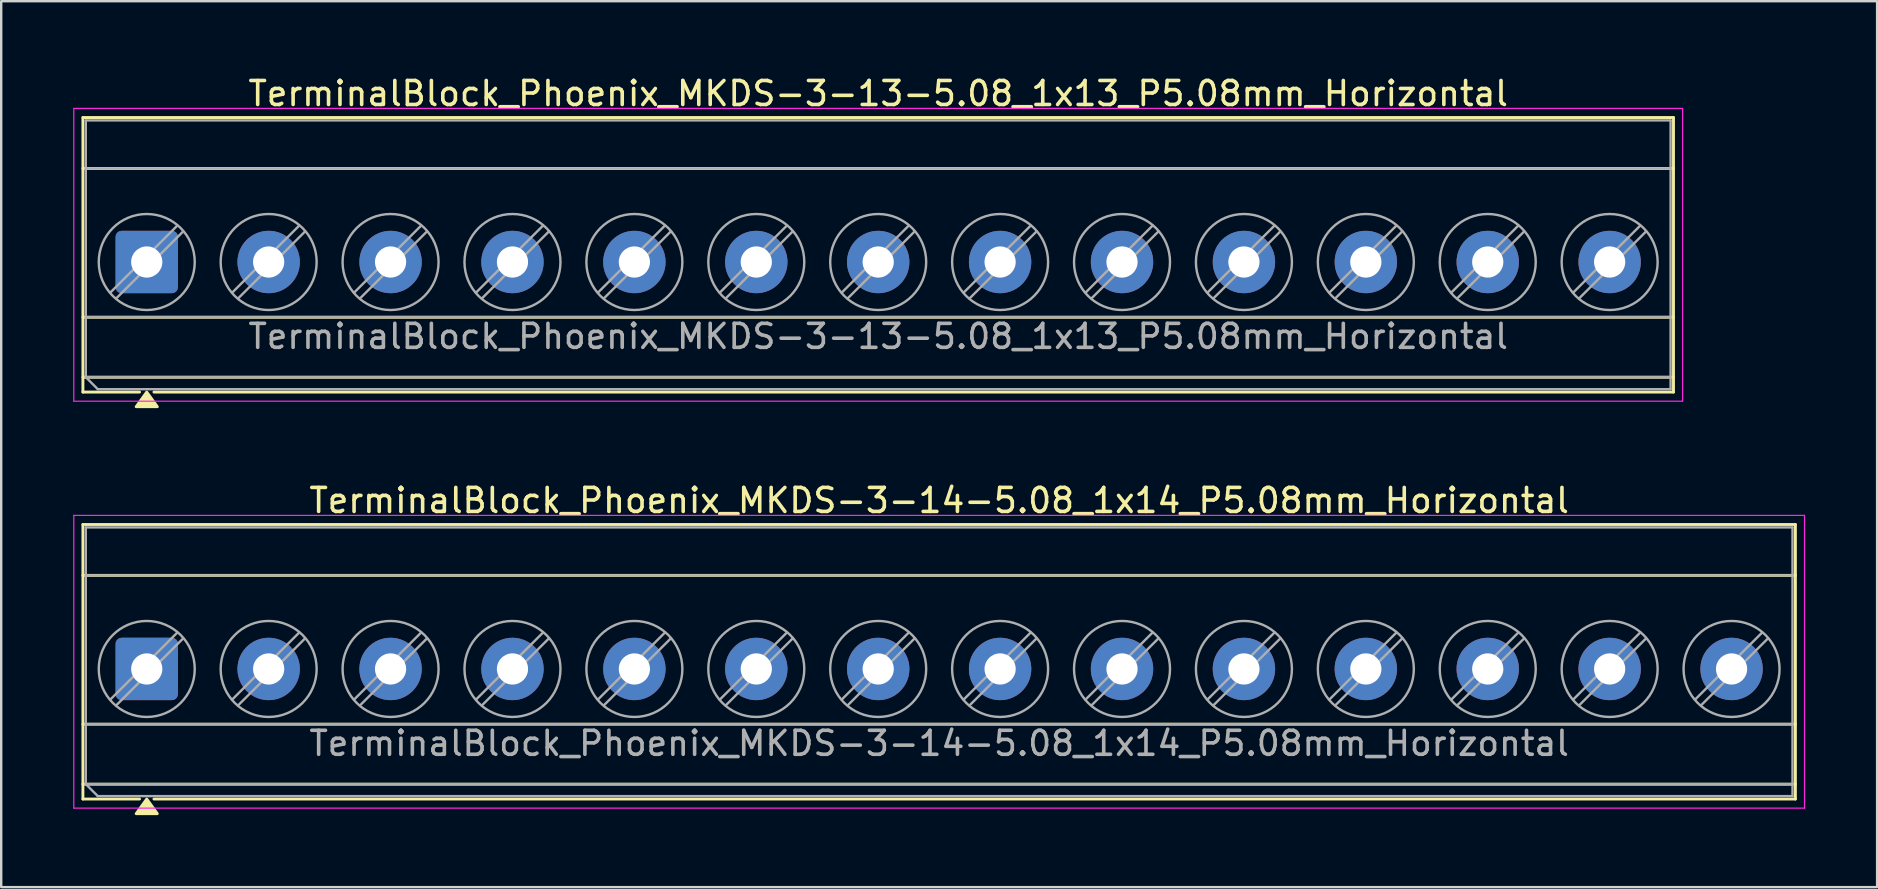
<source format=kicad_pcb>
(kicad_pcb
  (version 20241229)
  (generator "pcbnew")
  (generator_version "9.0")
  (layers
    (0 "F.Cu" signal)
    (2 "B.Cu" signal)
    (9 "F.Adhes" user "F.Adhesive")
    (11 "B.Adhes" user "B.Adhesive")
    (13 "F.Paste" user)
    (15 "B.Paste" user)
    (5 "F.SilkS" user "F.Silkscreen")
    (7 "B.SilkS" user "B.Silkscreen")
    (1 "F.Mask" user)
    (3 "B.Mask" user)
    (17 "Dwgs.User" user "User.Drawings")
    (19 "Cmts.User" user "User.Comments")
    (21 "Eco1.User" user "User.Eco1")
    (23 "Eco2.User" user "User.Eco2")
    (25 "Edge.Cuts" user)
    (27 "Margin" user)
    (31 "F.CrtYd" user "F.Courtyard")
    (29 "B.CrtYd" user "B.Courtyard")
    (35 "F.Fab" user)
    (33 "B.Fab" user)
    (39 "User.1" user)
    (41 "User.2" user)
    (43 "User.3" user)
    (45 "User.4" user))
  (footprint "TerminalBlock_Phoenix_MKDS-3-14-5.08_1x14_P5.08mm_Horizontal"
    (layer "F.Cu")
    (at 3.065 24.826)
    (property "Reference" "TerminalBlock_Phoenix_MKDS-3-14-5.08_1x14_P5.08mm_Horizontal" (at 33.02 -7.02 0) (layer "F.SilkS") (effects (font (size 1 1) (thickness 0.15))))
    (attr through_hole)
    (fp_line (start -2.66 -6.02) (end 68.7 -6.02) (stroke (width 0.12) (type solid)) (layer "F.SilkS"))
    (fp_line (start -2.66 -3.9) (end 68.7 -3.9) (stroke (width 0.12) (type solid)) (layer "F.SilkS"))
    (fp_line (start -2.66 2.3) (end 68.7 2.3) (stroke (width 0.12) (type solid)) (layer "F.SilkS"))
    (fp_line (start -2.66 4.8) (end 68.7 4.8) (stroke (width 0.12) (type solid)) (layer "F.SilkS"))
    (fp_line (start -2.66 5.42) (end -2.66 -6.02) (stroke (width 0.12) (type solid)) (layer "F.SilkS"))
    (fp_line (start -0.3 5.42) (end -2.66 5.42) (stroke (width 0.12) (type solid)) (layer "F.SilkS"))
    (fp_line (start 68.7 -6.02) (end 68.7 5.42) (stroke (width 0.12) (type solid)) (layer "F.SilkS"))
    (fp_line (start 68.7 5.42) (end 0.3 5.42) (stroke (width 0.12) (type solid)) (layer "F.SilkS"))
    (fp_poly (pts (xy 0 5.42) (xy 0.44 6.03) (xy -0.44 6.03)) (stroke (width 0.12) (type solid)) (fill yes) (layer "F.SilkS"))
    (fp_line (start -3.04 -6.4) (end -3.04 5.8) (stroke (width 0.05) (type solid)) (layer "F.CrtYd"))
    (fp_line (start -3.04 5.8) (end 69.08 5.8) (stroke (width 0.05) (type solid)) (layer "F.CrtYd"))
    (fp_line (start 69.08 -6.4) (end -3.04 -6.4) (stroke (width 0.05) (type solid)) (layer "F.CrtYd"))
    (fp_line (start 69.08 5.8) (end 69.08 -6.4) (stroke (width 0.05) (type solid)) (layer "F.CrtYd"))
    (fp_line (start -2.54 -5.9) (end 68.58 -5.9) (stroke (width 0.1) (type solid)) (layer "F.Fab"))
    (fp_line (start -2.54 -3.9) (end 68.58 -3.9) (stroke (width 0.1) (type solid)) (layer "F.Fab"))
    (fp_line (start -2.54 2.3) (end 68.58 2.3) (stroke (width 0.1) (type solid)) (layer "F.Fab"))
    (fp_line (start -2.54 4.8) (end -2.54 -5.9) (stroke (width 0.1) (type solid)) (layer "F.Fab"))
    (fp_line (start -2.54 4.8) (end 68.58 4.8) (stroke (width 0.1) (type solid)) (layer "F.Fab"))
    (fp_line (start -2.04 5.3) (end -2.54 4.8) (stroke (width 0.1) (type solid)) (layer "F.Fab"))
    (fp_line (start 1.273 -1.517) (end -1.517 1.273) (stroke (width 0.1) (type solid)) (layer "F.Fab"))
    (fp_line (start 1.517 -1.273) (end -1.273 1.517) (stroke (width 0.1) (type solid)) (layer "F.Fab"))
    (fp_line (start 6.353 -1.517) (end 3.563 1.273) (stroke (width 0.1) (type solid)) (layer "F.Fab"))
    (fp_line (start 6.597 -1.273) (end 3.807 1.517) (stroke (width 0.1) (type solid)) (layer "F.Fab"))
    (fp_line (start 11.433 -1.517) (end 8.643 1.273) (stroke (width 0.1) (type solid)) (layer "F.Fab"))
    (fp_line (start 11.677 -1.273) (end 8.887 1.517) (stroke (width 0.1) (type solid)) (layer "F.Fab"))
    (fp_line (start 16.513 -1.517) (end 13.723 1.273) (stroke (width 0.1) (type solid)) (layer "F.Fab"))
    (fp_line (start 16.757 -1.273) (end 13.967 1.517) (stroke (width 0.1) (type solid)) (layer "F.Fab"))
    (fp_line (start 21.593 -1.517) (end 18.803 1.273) (stroke (width 0.1) (type solid)) (layer "F.Fab"))
    (fp_line (start 21.837 -1.273) (end 19.047 1.517) (stroke (width 0.1) (type solid)) (layer "F.Fab"))
    (fp_line (start 26.673 -1.517) (end 23.883 1.273) (stroke (width 0.1) (type solid)) (layer "F.Fab"))
    (fp_line (start 26.917 -1.273) (end 24.127 1.517) (stroke (width 0.1) (type solid)) (layer "F.Fab"))
    (fp_line (start 31.753 -1.517) (end 28.963 1.273) (stroke (width 0.1) (type solid)) (layer "F.Fab"))
    (fp_line (start 31.997 -1.273) (end 29.207 1.517) (stroke (width 0.1) (type solid)) (layer "F.Fab"))
    (fp_line (start 36.833 -1.517) (end 34.043 1.273) (stroke (width 0.1) (type solid)) (layer "F.Fab"))
    (fp_line (start 37.077 -1.273) (end 34.287 1.517) (stroke (width 0.1) (type solid)) (layer "F.Fab"))
    (fp_line (start 41.913 -1.517) (end 39.123 1.273) (stroke (width 0.1) (type solid)) (layer "F.Fab"))
    (fp_line (start 42.157 -1.273) (end 39.367 1.517) (stroke (width 0.1) (type solid)) (layer "F.Fab"))
    (fp_line (start 46.993 -1.517) (end 44.203 1.273) (stroke (width 0.1) (type solid)) (layer "F.Fab"))
    (fp_line (start 47.237 -1.273) (end 44.447 1.517) (stroke (width 0.1) (type solid)) (layer "F.Fab"))
    (fp_line (start 52.073 -1.517) (end 49.283 1.273) (stroke (width 0.1) (type solid)) (layer "F.Fab"))
    (fp_line (start 52.317 -1.273) (end 49.527 1.517) (stroke (width 0.1) (type solid)) (layer "F.Fab"))
    (fp_line (start 57.153 -1.517) (end 54.363 1.273) (stroke (width 0.1) (type solid)) (layer "F.Fab"))
    (fp_line (start 57.397 -1.273) (end 54.607 1.517) (stroke (width 0.1) (type solid)) (layer "F.Fab"))
    (fp_line (start 62.233 -1.517) (end 59.443 1.273) (stroke (width 0.1) (type solid)) (layer "F.Fab"))
    (fp_line (start 62.477 -1.273) (end 59.687 1.517) (stroke (width 0.1) (type solid)) (layer "F.Fab"))
    (fp_line (start 67.313 -1.517) (end 64.523 1.273) (stroke (width 0.1) (type solid)) (layer "F.Fab"))
    (fp_line (start 67.557 -1.273) (end 64.767 1.517) (stroke (width 0.1) (type solid)) (layer "F.Fab"))
    (fp_line (start 68.58 -5.9) (end 68.58 5.3) (stroke (width 0.1) (type solid)) (layer "F.Fab"))
    (fp_line (start 68.58 5.3) (end -2.04 5.3) (stroke (width 0.1) (type solid)) (layer "F.Fab"))
    (fp_circle (center 0 0) (end 2 0) (stroke (width 0.1) (type solid)) (fill no) (layer "F.Fab"))
    (fp_circle (center 5.08 0) (end 7.08 0) (stroke (width 0.1) (type solid)) (fill no) (layer "F.Fab"))
    (fp_circle (center 10.16 0) (end 12.16 0) (stroke (width 0.1) (type solid)) (fill no) (layer "F.Fab"))
    (fp_circle (center 15.24 0) (end 17.24 0) (stroke (width 0.1) (type solid)) (fill no) (layer "F.Fab"))
    (fp_circle (center 20.32 0) (end 22.32 0) (stroke (width 0.1) (type solid)) (fill no) (layer "F.Fab"))
    (fp_circle (center 25.4 0) (end 27.4 0) (stroke (width 0.1) (type solid)) (fill no) (layer "F.Fab"))
    (fp_circle (center 30.48 0) (end 32.48 0) (stroke (width 0.1) (type solid)) (fill no) (layer "F.Fab"))
    (fp_circle (center 35.56 0) (end 37.56 0) (stroke (width 0.1) (type solid)) (fill no) (layer "F.Fab"))
    (fp_circle (center 40.64 0) (end 42.64 0) (stroke (width 0.1) (type solid)) (fill no) (layer "F.Fab"))
    (fp_circle (center 45.72 0) (end 47.72 0) (stroke (width 0.1) (type solid)) (fill no) (layer "F.Fab"))
    (fp_circle (center 50.8 0) (end 52.8 0) (stroke (width 0.1) (type solid)) (fill no) (layer "F.Fab"))
    (fp_circle (center 55.88 0) (end 57.88 0) (stroke (width 0.1) (type solid)) (fill no) (layer "F.Fab"))
    (fp_circle (center 60.96 0) (end 62.96 0) (stroke (width 0.1) (type solid)) (fill no) (layer "F.Fab"))
    (fp_circle (center 66.04 0) (end 68.04 0) (stroke (width 0.1) (type solid)) (fill no) (layer "F.Fab"))
    (fp_text user "${REFERENCE}" (at 33.02 3.1 0) (layer "F.Fab") (effects (font (size 1 1) (thickness 0.15))))
    (pad "1" thru_hole roundrect (at 0 0) (size 2.6 2.6) (drill 1.3) (layers "*.Cu" "*.Mask") (roundrect_rratio 0.096))
    (pad "2" thru_hole circle (at 5.08 0) (size 2.6 2.6) (drill 1.3) (layers "*.Cu" "*.Mask"))
    (pad "3" thru_hole circle (at 10.16 0) (size 2.6 2.6) (drill 1.3) (layers "*.Cu" "*.Mask"))
    (pad "4" thru_hole circle (at 15.24 0) (size 2.6 2.6) (drill 1.3) (layers "*.Cu" "*.Mask"))
    (pad "5" thru_hole circle (at 20.32 0) (size 2.6 2.6) (drill 1.3) (layers "*.Cu" "*.Mask"))
    (pad "6" thru_hole circle (at 25.4 0) (size 2.6 2.6) (drill 1.3) (layers "*.Cu" "*.Mask"))
    (pad "7" thru_hole circle (at 30.48 0) (size 2.6 2.6) (drill 1.3) (layers "*.Cu" "*.Mask"))
    (pad "8" thru_hole circle (at 35.56 0) (size 2.6 2.6) (drill 1.3) (layers "*.Cu" "*.Mask"))
    (pad "9" thru_hole circle (at 40.64 0) (size 2.6 2.6) (drill 1.3) (layers "*.Cu" "*.Mask"))
    (pad "10" thru_hole circle (at 45.72 0) (size 2.6 2.6) (drill 1.3) (layers "*.Cu" "*.Mask"))
    (pad "11" thru_hole circle (at 50.8 0) (size 2.6 2.6) (drill 1.3) (layers "*.Cu" "*.Mask"))
    (pad "12" thru_hole circle (at 55.88 0) (size 2.6 2.6) (drill 1.3) (layers "*.Cu" "*.Mask"))
    (pad "13" thru_hole circle (at 60.96 0) (size 2.6 2.6) (drill 1.3) (layers "*.Cu" "*.Mask"))
    (pad "14" thru_hole circle (at 66.04 0) (size 2.6 2.6) (drill 1.3) (layers "*.Cu" "*.Mask")))
  (footprint "TerminalBlock_Phoenix_MKDS-3-13-5.08_1x13_P5.08mm_Horizontal"
    (layer "F.Cu")
    (at 3.065 7.868)
    (property "Reference" "TerminalBlock_Phoenix_MKDS-3-13-5.08_1x13_P5.08mm_Horizontal" (at 30.48 -7.02 0) (layer "F.SilkS") (effects (font (size 1 1) (thickness 0.15))))
    (attr through_hole)
    (fp_line (start -2.66 -6.02) (end 63.62 -6.02) (stroke (width 0.12) (type solid)) (layer "F.SilkS"))
    (fp_line (start -2.66 -3.9) (end 63.62 -3.9) (stroke (width 0.12) (type solid)) (layer "F.SilkS"))
    (fp_line (start -2.66 2.3) (end 63.62 2.3) (stroke (width 0.12) (type solid)) (layer "F.SilkS"))
    (fp_line (start -2.66 4.8) (end 63.62 4.8) (stroke (width 0.12) (type solid)) (layer "F.SilkS"))
    (fp_line (start -2.66 5.42) (end -2.66 -6.02) (stroke (width 0.12) (type solid)) (layer "F.SilkS"))
    (fp_line (start -0.3 5.42) (end -2.66 5.42) (stroke (width 0.12) (type solid)) (layer "F.SilkS"))
    (fp_line (start 63.62 -6.02) (end 63.62 5.42) (stroke (width 0.12) (type solid)) (layer "F.SilkS"))
    (fp_line (start 63.62 5.42) (end 0.3 5.42) (stroke (width 0.12) (type solid)) (layer "F.SilkS"))
    (fp_poly (pts (xy 0 5.42) (xy 0.44 6.03) (xy -0.44 6.03)) (stroke (width 0.12) (type solid)) (fill yes) (layer "F.SilkS"))
    (fp_line (start -3.04 -6.4) (end -3.04 5.8) (stroke (width 0.05) (type solid)) (layer "F.CrtYd"))
    (fp_line (start -3.04 5.8) (end 64 5.8) (stroke (width 0.05) (type solid)) (layer "F.CrtYd"))
    (fp_line (start 64 -6.4) (end -3.04 -6.4) (stroke (width 0.05) (type solid)) (layer "F.CrtYd"))
    (fp_line (start 64 5.8) (end 64 -6.4) (stroke (width 0.05) (type solid)) (layer "F.CrtYd"))
    (fp_line (start -2.54 -5.9) (end 63.5 -5.9) (stroke (width 0.1) (type solid)) (layer "F.Fab"))
    (fp_line (start -2.54 -3.9) (end 63.5 -3.9) (stroke (width 0.1) (type solid)) (layer "F.Fab"))
    (fp_line (start -2.54 2.3) (end 63.5 2.3) (stroke (width 0.1) (type solid)) (layer "F.Fab"))
    (fp_line (start -2.54 4.8) (end -2.54 -5.9) (stroke (width 0.1) (type solid)) (layer "F.Fab"))
    (fp_line (start -2.54 4.8) (end 63.5 4.8) (stroke (width 0.1) (type solid)) (layer "F.Fab"))
    (fp_line (start -2.04 5.3) (end -2.54 4.8) (stroke (width 0.1) (type solid)) (layer "F.Fab"))
    (fp_line (start 1.273 -1.517) (end -1.517 1.273) (stroke (width 0.1) (type solid)) (layer "F.Fab"))
    (fp_line (start 1.517 -1.273) (end -1.273 1.517) (stroke (width 0.1) (type solid)) (layer "F.Fab"))
    (fp_line (start 6.353 -1.517) (end 3.563 1.273) (stroke (width 0.1) (type solid)) (layer "F.Fab"))
    (fp_line (start 6.597 -1.273) (end 3.807 1.517) (stroke (width 0.1) (type solid)) (layer "F.Fab"))
    (fp_line (start 11.433 -1.517) (end 8.643 1.273) (stroke (width 0.1) (type solid)) (layer "F.Fab"))
    (fp_line (start 11.677 -1.273) (end 8.887 1.517) (stroke (width 0.1) (type solid)) (layer "F.Fab"))
    (fp_line (start 16.513 -1.517) (end 13.723 1.273) (stroke (width 0.1) (type solid)) (layer "F.Fab"))
    (fp_line (start 16.757 -1.273) (end 13.967 1.517) (stroke (width 0.1) (type solid)) (layer "F.Fab"))
    (fp_line (start 21.593 -1.517) (end 18.803 1.273) (stroke (width 0.1) (type solid)) (layer "F.Fab"))
    (fp_line (start 21.837 -1.273) (end 19.047 1.517) (stroke (width 0.1) (type solid)) (layer "F.Fab"))
    (fp_line (start 26.673 -1.517) (end 23.883 1.273) (stroke (width 0.1) (type solid)) (layer "F.Fab"))
    (fp_line (start 26.917 -1.273) (end 24.127 1.517) (stroke (width 0.1) (type solid)) (layer "F.Fab"))
    (fp_line (start 31.753 -1.517) (end 28.963 1.273) (stroke (width 0.1) (type solid)) (layer "F.Fab"))
    (fp_line (start 31.997 -1.273) (end 29.207 1.517) (stroke (width 0.1) (type solid)) (layer "F.Fab"))
    (fp_line (start 36.833 -1.517) (end 34.043 1.273) (stroke (width 0.1) (type solid)) (layer "F.Fab"))
    (fp_line (start 37.077 -1.273) (end 34.287 1.517) (stroke (width 0.1) (type solid)) (layer "F.Fab"))
    (fp_line (start 41.913 -1.517) (end 39.123 1.273) (stroke (width 0.1) (type solid)) (layer "F.Fab"))
    (fp_line (start 42.157 -1.273) (end 39.367 1.517) (stroke (width 0.1) (type solid)) (layer "F.Fab"))
    (fp_line (start 46.993 -1.517) (end 44.203 1.273) (stroke (width 0.1) (type solid)) (layer "F.Fab"))
    (fp_line (start 47.237 -1.273) (end 44.447 1.517) (stroke (width 0.1) (type solid)) (layer "F.Fab"))
    (fp_line (start 52.073 -1.517) (end 49.283 1.273) (stroke (width 0.1) (type solid)) (layer "F.Fab"))
    (fp_line (start 52.317 -1.273) (end 49.527 1.517) (stroke (width 0.1) (type solid)) (layer "F.Fab"))
    (fp_line (start 57.153 -1.517) (end 54.363 1.273) (stroke (width 0.1) (type solid)) (layer "F.Fab"))
    (fp_line (start 57.397 -1.273) (end 54.607 1.517) (stroke (width 0.1) (type solid)) (layer "F.Fab"))
    (fp_line (start 62.233 -1.517) (end 59.443 1.273) (stroke (width 0.1) (type solid)) (layer "F.Fab"))
    (fp_line (start 62.477 -1.273) (end 59.687 1.517) (stroke (width 0.1) (type solid)) (layer "F.Fab"))
    (fp_line (start 63.5 -5.9) (end 63.5 5.3) (stroke (width 0.1) (type solid)) (layer "F.Fab"))
    (fp_line (start 63.5 5.3) (end -2.04 5.3) (stroke (width 0.1) (type solid)) (layer "F.Fab"))
    (fp_circle (center 0 0) (end 2 0) (stroke (width 0.1) (type solid)) (fill no) (layer "F.Fab"))
    (fp_circle (center 5.08 0) (end 7.08 0) (stroke (width 0.1) (type solid)) (fill no) (layer "F.Fab"))
    (fp_circle (center 10.16 0) (end 12.16 0) (stroke (width 0.1) (type solid)) (fill no) (layer "F.Fab"))
    (fp_circle (center 15.24 0) (end 17.24 0) (stroke (width 0.1) (type solid)) (fill no) (layer "F.Fab"))
    (fp_circle (center 20.32 0) (end 22.32 0) (stroke (width 0.1) (type solid)) (fill no) (layer "F.Fab"))
    (fp_circle (center 25.4 0) (end 27.4 0) (stroke (width 0.1) (type solid)) (fill no) (layer "F.Fab"))
    (fp_circle (center 30.48 0) (end 32.48 0) (stroke (width 0.1) (type solid)) (fill no) (layer "F.Fab"))
    (fp_circle (center 35.56 0) (end 37.56 0) (stroke (width 0.1) (type solid)) (fill no) (layer "F.Fab"))
    (fp_circle (center 40.64 0) (end 42.64 0) (stroke (width 0.1) (type solid)) (fill no) (layer "F.Fab"))
    (fp_circle (center 45.72 0) (end 47.72 0) (stroke (width 0.1) (type solid)) (fill no) (layer "F.Fab"))
    (fp_circle (center 50.8 0) (end 52.8 0) (stroke (width 0.1) (type solid)) (fill no) (layer "F.Fab"))
    (fp_circle (center 55.88 0) (end 57.88 0) (stroke (width 0.1) (type solid)) (fill no) (layer "F.Fab"))
    (fp_circle (center 60.96 0) (end 62.96 0) (stroke (width 0.1) (type solid)) (fill no) (layer "F.Fab"))
    (fp_text user "${REFERENCE}" (at 30.48 3.1 0) (layer "F.Fab") (effects (font (size 1 1) (thickness 0.15))))
    (pad "1" thru_hole roundrect (at 0 0) (size 2.6 2.6) (drill 1.3) (layers "*.Cu" "*.Mask") (roundrect_rratio 0.096))
    (pad "2" thru_hole circle (at 5.08 0) (size 2.6 2.6) (drill 1.3) (layers "*.Cu" "*.Mask"))
    (pad "3" thru_hole circle (at 10.16 0) (size 2.6 2.6) (drill 1.3) (layers "*.Cu" "*.Mask"))
    (pad "4" thru_hole circle (at 15.24 0) (size 2.6 2.6) (drill 1.3) (layers "*.Cu" "*.Mask"))
    (pad "5" thru_hole circle (at 20.32 0) (size 2.6 2.6) (drill 1.3) (layers "*.Cu" "*.Mask"))
    (pad "6" thru_hole circle (at 25.4 0) (size 2.6 2.6) (drill 1.3) (layers "*.Cu" "*.Mask"))
    (pad "7" thru_hole circle (at 30.48 0) (size 2.6 2.6) (drill 1.3) (layers "*.Cu" "*.Mask"))
    (pad "8" thru_hole circle (at 35.56 0) (size 2.6 2.6) (drill 1.3) (layers "*.Cu" "*.Mask"))
    (pad "9" thru_hole circle (at 40.64 0) (size 2.6 2.6) (drill 1.3) (layers "*.Cu" "*.Mask"))
    (pad "10" thru_hole circle (at 45.72 0) (size 2.6 2.6) (drill 1.3) (layers "*.Cu" "*.Mask"))
    (pad "11" thru_hole circle (at 50.8 0) (size 2.6 2.6) (drill 1.3) (layers "*.Cu" "*.Mask"))
    (pad "12" thru_hole circle (at 55.88 0) (size 2.6 2.6) (drill 1.3) (layers "*.Cu" "*.Mask"))
    (pad "13" thru_hole circle (at 60.96 0) (size 2.6 2.6) (drill 1.3) (layers "*.Cu" "*.Mask")))
  (gr_rect
    (start -3 -3)
    (end 75.17 33.916)
    (stroke (width 0.1) (type default))
    (fill no)
    (layer "Edge.Cuts")))
</source>
